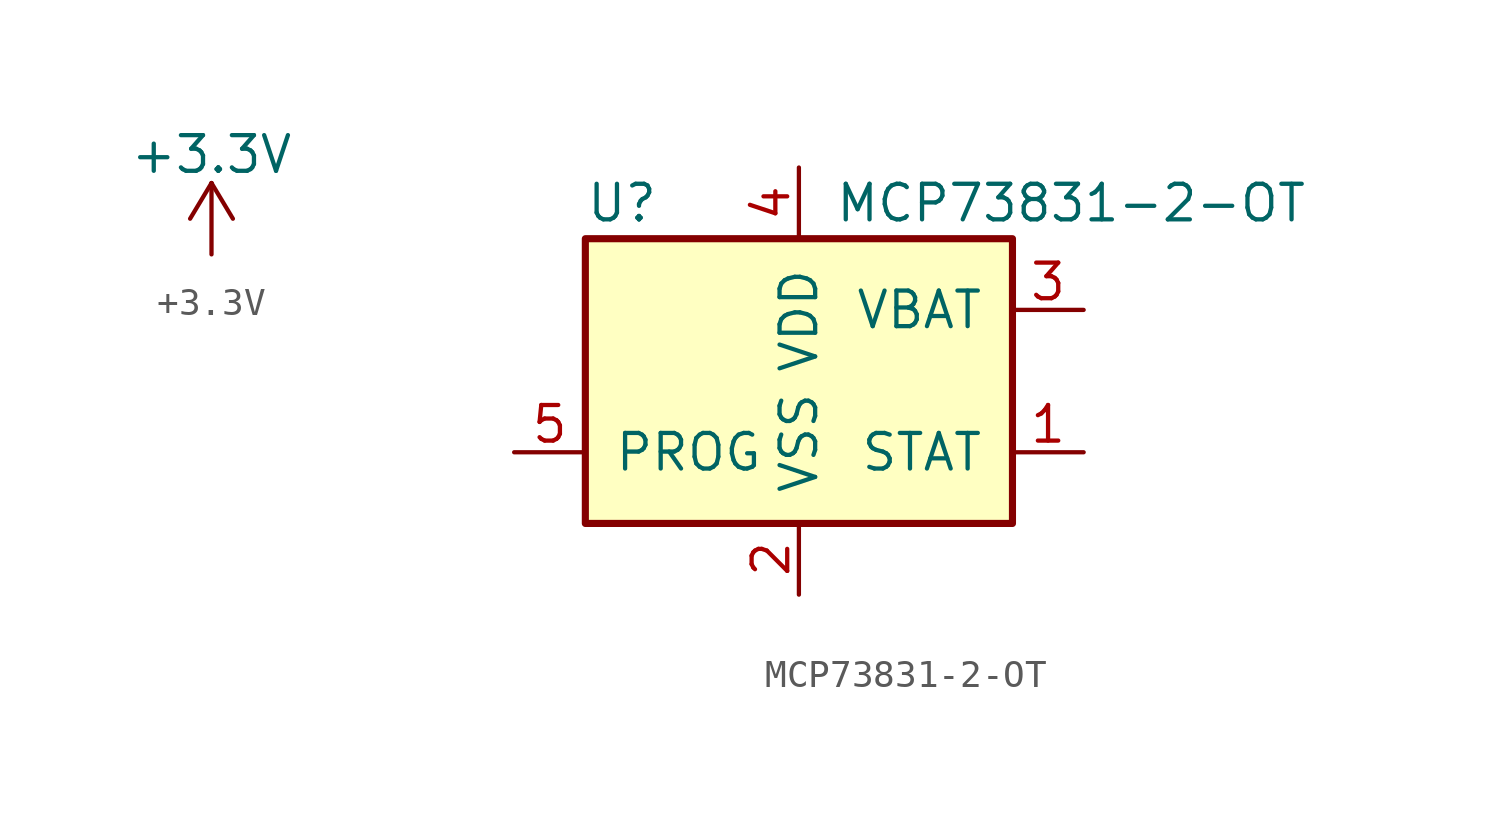
<source format=kicad_sym>
(kicad_symbol_lib
  (version 20220126)
  (generator kicad_symbol_editor)
  (symbol "+3.3V"
    (power)
    (pin_names
      (offset 0))
    (property "Reference" "#PWR"
      (at 0 -3.81 0)
      (effects (font (size 1.27 1.27)) hide))
    (property "Value" "+3.3V"
      (at 0 3.556 0)
      (effects (font (size 1.27 1.27))))
    (symbol "+3.3V_0_1"
      (polyline (pts (xy -0.762 1.27) (xy 0 2.54)) (stroke (width 0) (type default)) (fill (type none)))
      (polyline (pts (xy 0 0) (xy 0 2.54)) (stroke (width 0) (type default)) (fill (type none)))
      (polyline (pts (xy 0 2.54) (xy 0.762 1.27)) (stroke (width 0) (type default)) (fill (type none))))
    (symbol "+3.3V_1_1"
      (pin power_in line (at 0 0 90) (length 0) hide (name "+3V3" (effects (font (size 1.27 1.27)))) (number "1" (effects (font (size 1.27 1.27)))))))
  (symbol "MCP73831-2-OT"
    (pin_names
      (offset 1.016))
    (property "Reference" "U"
      (at -7.62 6.35 0)
      (effects (font (size 1.27 1.27)) (justify left)))
    (property "Value" "MCP73831-2-OT"
      (at 1.27 6.35 0)
      (effects (font (size 1.27 1.27)) (justify left)))
    (symbol "MCP73831-2-OT_0_1"
      (rectangle (start -7.62 5.08) (end 7.62 -5.08) (stroke (width 0.254) (type default)) (fill (type background))))
    (symbol "MCP73831-2-OT_1_1"
      (pin output line (at 10.16 -2.54 180) (length 2.54) (name "STAT" (effects (font (size 1.27 1.27)))) (number "1" (effects (font (size 1.27 1.27)))))
      (pin power_in line (at 0 -7.62 90) (length 2.54) (name "VSS" (effects (font (size 1.27 1.27)))) (number "2" (effects (font (size 1.27 1.27)))))
      (pin power_out line (at 10.16 2.54 180) (length 2.54) (name "VBAT" (effects (font (size 1.27 1.27)))) (number "3" (effects (font (size 1.27 1.27)))))
      (pin power_in line (at 0 7.62 270) (length 2.54) (name "VDD" (effects (font (size 1.27 1.27)))) (number "4" (effects (font (size 1.27 1.27)))))
      (pin input line (at -10.16 -2.54 0) (length 2.54) (name "PROG" (effects (font (size 1.27 1.27)))) (number "5" (effects (font (size 1.27 1.27))))))))
</source>
